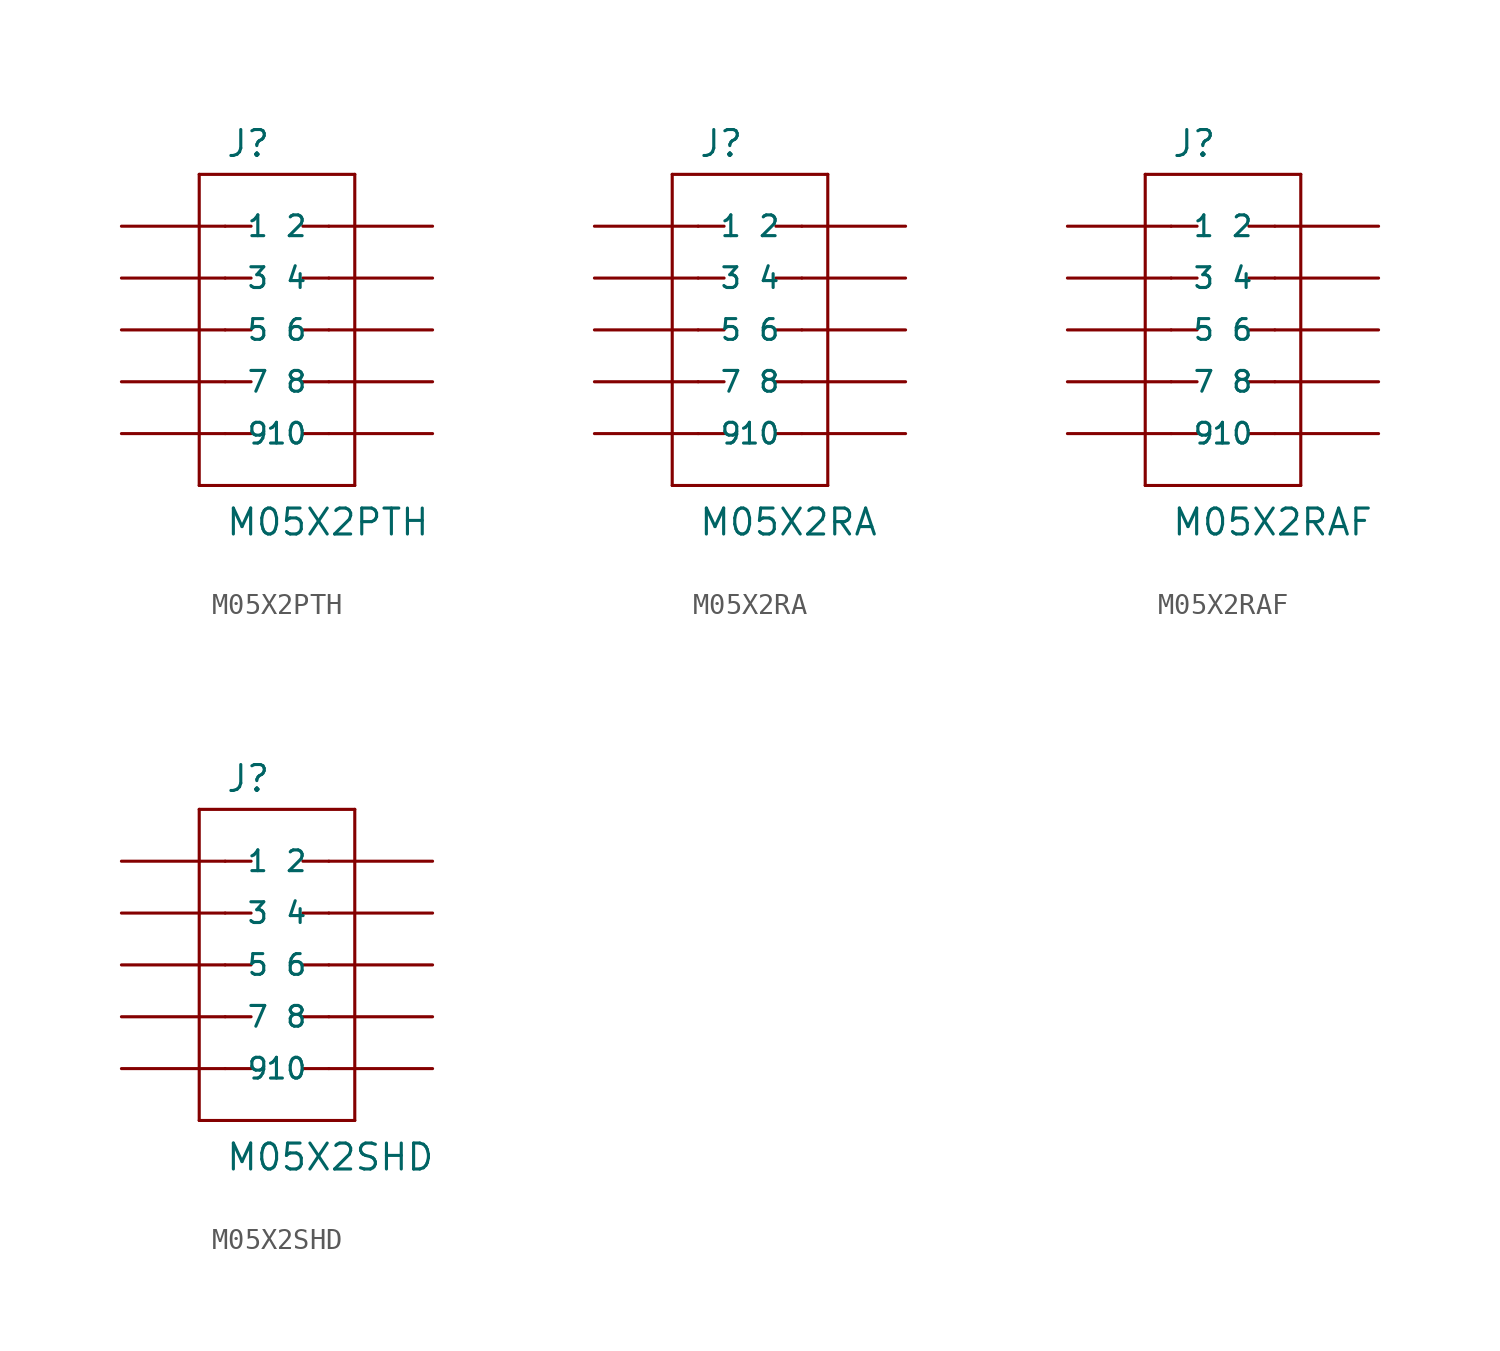
<source format=kicad_sym>
(kicad_symbol_lib
  (version 20211014)
  (generator kicad_symbol_editor)
  (symbol "M05X2PTH"
    (pin_numbers hide)
    (pin_names
      (offset 1.016))
    (property "Reference" "J"
      (at -2.54 8.382 0)
      (effects (font (size 1.27 1.27)) (justify left bottom)))
    (property "Value" "M05X2PTH"
      (at -2.54 -10.16 0)
      (effects (font (size 1.27 1.27)) (justify left bottom)))
    (property "Datasheet" ""
      (at 0 0 0)
      (effects (font (size 1.524 1.524))))
    (property "ki_locked" ""
      (at 0 0 0)
      (effects (font (size 1.27 1.27))))
    (symbol "M05X2PTH_1_0"
      (polyline (pts (xy -3.81 7.62) (xy -3.81 -7.62)) (stroke (width 0) (type default) (color 0 0 0 0)) (fill (type none)))
      (polyline (pts (xy -3.81 7.62) (xy 3.81 7.62)) (stroke (width 0) (type default) (color 0 0 0 0)) (fill (type none)))
      (polyline (pts (xy -1.27 -5.08) (xy -2.54 -5.08)) (stroke (width 0) (type default) (color 0 0 0 0)) (fill (type none)))
      (polyline (pts (xy -1.27 -2.54) (xy -2.54 -2.54)) (stroke (width 0) (type default) (color 0 0 0 0)) (fill (type none)))
      (polyline (pts (xy -1.27 0) (xy -2.54 0)) (stroke (width 0) (type default) (color 0 0 0 0)) (fill (type none)))
      (polyline (pts (xy -1.27 2.54) (xy -2.54 2.54)) (stroke (width 0) (type default) (color 0 0 0 0)) (fill (type none)))
      (polyline (pts (xy -1.27 5.08) (xy -2.54 5.08)) (stroke (width 0) (type default) (color 0 0 0 0)) (fill (type none)))
      (polyline (pts (xy 1.27 -5.08) (xy 2.54 -5.08)) (stroke (width 0) (type default) (color 0 0 0 0)) (fill (type none)))
      (polyline (pts (xy 1.27 -2.54) (xy 2.54 -2.54)) (stroke (width 0) (type default) (color 0 0 0 0)) (fill (type none)))
      (polyline (pts (xy 1.27 0) (xy 2.54 0)) (stroke (width 0) (type default) (color 0 0 0 0)) (fill (type none)))
      (polyline (pts (xy 1.27 2.54) (xy 2.54 2.54)) (stroke (width 0) (type default) (color 0 0 0 0)) (fill (type none)))
      (polyline (pts (xy 1.27 5.08) (xy 2.54 5.08)) (stroke (width 0) (type default) (color 0 0 0 0)) (fill (type none)))
      (polyline (pts (xy 3.81 -7.62) (xy -3.81 -7.62)) (stroke (width 0) (type default) (color 0 0 0 0)) (fill (type none)))
      (polyline (pts (xy 3.81 -7.62) (xy 3.81 7.62)) (stroke (width 0) (type default) (color 0 0 0 0)) (fill (type none))))
    (symbol "M05X2PTH_1_1"
      (pin passive line (at -7.62 5.08 0) (length 5.08) (name "1" (effects (font (size 1.016 1.016)))) (number "1" (effects (font (size 1.016 1.016)))))
      (pin passive line (at 7.62 -5.08 180) (length 5.08) (name "10" (effects (font (size 1.016 1.016)))) (number "10" (effects (font (size 1.016 1.016)))))
      (pin passive line (at 7.62 5.08 180) (length 5.08) (name "2" (effects (font (size 1.016 1.016)))) (number "2" (effects (font (size 1.016 1.016)))))
      (pin passive line (at -7.62 2.54 0) (length 5.08) (name "3" (effects (font (size 1.016 1.016)))) (number "3" (effects (font (size 1.016 1.016)))))
      (pin passive line (at 7.62 2.54 180) (length 5.08) (name "4" (effects (font (size 1.016 1.016)))) (number "4" (effects (font (size 1.016 1.016)))))
      (pin passive line (at -7.62 0 0) (length 5.08) (name "5" (effects (font (size 1.016 1.016)))) (number "5" (effects (font (size 1.016 1.016)))))
      (pin passive line (at 7.62 0 180) (length 5.08) (name "6" (effects (font (size 1.016 1.016)))) (number "6" (effects (font (size 1.016 1.016)))))
      (pin passive line (at -7.62 -2.54 0) (length 5.08) (name "7" (effects (font (size 1.016 1.016)))) (number "7" (effects (font (size 1.016 1.016)))))
      (pin passive line (at 7.62 -2.54 180) (length 5.08) (name "8" (effects (font (size 1.016 1.016)))) (number "8" (effects (font (size 1.016 1.016)))))
      (pin passive line (at -7.62 -5.08 0) (length 5.08) (name "9" (effects (font (size 1.016 1.016)))) (number "9" (effects (font (size 1.016 1.016)))))))
  (symbol "M05X2RA"
    (pin_numbers hide)
    (pin_names
      (offset 1.016))
    (property "Reference" "J"
      (at -2.54 8.382 0)
      (effects (font (size 1.27 1.27)) (justify left bottom)))
    (property "Value" "M05X2RA"
      (at -2.54 -10.16 0)
      (effects (font (size 1.27 1.27)) (justify left bottom)))
    (property "Datasheet" ""
      (at 0 0 0)
      (effects (font (size 1.524 1.524))))
    (property "ki_locked" ""
      (at 0 0 0)
      (effects (font (size 1.27 1.27))))
    (symbol "M05X2RA_1_0"
      (polyline (pts (xy -3.81 7.62) (xy -3.81 -7.62)) (stroke (width 0) (type default) (color 0 0 0 0)) (fill (type none)))
      (polyline (pts (xy -3.81 7.62) (xy 3.81 7.62)) (stroke (width 0) (type default) (color 0 0 0 0)) (fill (type none)))
      (polyline (pts (xy -1.27 -5.08) (xy -2.54 -5.08)) (stroke (width 0) (type default) (color 0 0 0 0)) (fill (type none)))
      (polyline (pts (xy -1.27 -2.54) (xy -2.54 -2.54)) (stroke (width 0) (type default) (color 0 0 0 0)) (fill (type none)))
      (polyline (pts (xy -1.27 0) (xy -2.54 0)) (stroke (width 0) (type default) (color 0 0 0 0)) (fill (type none)))
      (polyline (pts (xy -1.27 2.54) (xy -2.54 2.54)) (stroke (width 0) (type default) (color 0 0 0 0)) (fill (type none)))
      (polyline (pts (xy -1.27 5.08) (xy -2.54 5.08)) (stroke (width 0) (type default) (color 0 0 0 0)) (fill (type none)))
      (polyline (pts (xy 1.27 -5.08) (xy 2.54 -5.08)) (stroke (width 0) (type default) (color 0 0 0 0)) (fill (type none)))
      (polyline (pts (xy 1.27 -2.54) (xy 2.54 -2.54)) (stroke (width 0) (type default) (color 0 0 0 0)) (fill (type none)))
      (polyline (pts (xy 1.27 0) (xy 2.54 0)) (stroke (width 0) (type default) (color 0 0 0 0)) (fill (type none)))
      (polyline (pts (xy 1.27 2.54) (xy 2.54 2.54)) (stroke (width 0) (type default) (color 0 0 0 0)) (fill (type none)))
      (polyline (pts (xy 1.27 5.08) (xy 2.54 5.08)) (stroke (width 0) (type default) (color 0 0 0 0)) (fill (type none)))
      (polyline (pts (xy 3.81 -7.62) (xy -3.81 -7.62)) (stroke (width 0) (type default) (color 0 0 0 0)) (fill (type none)))
      (polyline (pts (xy 3.81 -7.62) (xy 3.81 7.62)) (stroke (width 0) (type default) (color 0 0 0 0)) (fill (type none))))
    (symbol "M05X2RA_1_1"
      (pin passive line (at -7.62 5.08 0) (length 5.08) (name "1" (effects (font (size 1.016 1.016)))) (number "1" (effects (font (size 1.016 1.016)))))
      (pin passive line (at 7.62 -5.08 180) (length 5.08) (name "10" (effects (font (size 1.016 1.016)))) (number "10" (effects (font (size 1.016 1.016)))))
      (pin passive line (at 7.62 5.08 180) (length 5.08) (name "2" (effects (font (size 1.016 1.016)))) (number "2" (effects (font (size 1.016 1.016)))))
      (pin passive line (at -7.62 2.54 0) (length 5.08) (name "3" (effects (font (size 1.016 1.016)))) (number "3" (effects (font (size 1.016 1.016)))))
      (pin passive line (at 7.62 2.54 180) (length 5.08) (name "4" (effects (font (size 1.016 1.016)))) (number "4" (effects (font (size 1.016 1.016)))))
      (pin passive line (at -7.62 0 0) (length 5.08) (name "5" (effects (font (size 1.016 1.016)))) (number "5" (effects (font (size 1.016 1.016)))))
      (pin passive line (at 7.62 0 180) (length 5.08) (name "6" (effects (font (size 1.016 1.016)))) (number "6" (effects (font (size 1.016 1.016)))))
      (pin passive line (at -7.62 -2.54 0) (length 5.08) (name "7" (effects (font (size 1.016 1.016)))) (number "7" (effects (font (size 1.016 1.016)))))
      (pin passive line (at 7.62 -2.54 180) (length 5.08) (name "8" (effects (font (size 1.016 1.016)))) (number "8" (effects (font (size 1.016 1.016)))))
      (pin passive line (at -7.62 -5.08 0) (length 5.08) (name "9" (effects (font (size 1.016 1.016)))) (number "9" (effects (font (size 1.016 1.016)))))))
  (symbol "M05X2RAF"
    (pin_numbers hide)
    (pin_names
      (offset 1.016))
    (property "Reference" "J"
      (at -2.54 8.382 0)
      (effects (font (size 1.27 1.27)) (justify left bottom)))
    (property "Value" "M05X2RAF"
      (at -2.54 -10.16 0)
      (effects (font (size 1.27 1.27)) (justify left bottom)))
    (property "Datasheet" ""
      (at 0 0 0)
      (effects (font (size 1.524 1.524))))
    (property "ki_locked" ""
      (at 0 0 0)
      (effects (font (size 1.27 1.27))))
    (symbol "M05X2RAF_1_0"
      (polyline (pts (xy -3.81 7.62) (xy -3.81 -7.62)) (stroke (width 0) (type default) (color 0 0 0 0)) (fill (type none)))
      (polyline (pts (xy -3.81 7.62) (xy 3.81 7.62)) (stroke (width 0) (type default) (color 0 0 0 0)) (fill (type none)))
      (polyline (pts (xy -1.27 -5.08) (xy -2.54 -5.08)) (stroke (width 0) (type default) (color 0 0 0 0)) (fill (type none)))
      (polyline (pts (xy -1.27 -2.54) (xy -2.54 -2.54)) (stroke (width 0) (type default) (color 0 0 0 0)) (fill (type none)))
      (polyline (pts (xy -1.27 0) (xy -2.54 0)) (stroke (width 0) (type default) (color 0 0 0 0)) (fill (type none)))
      (polyline (pts (xy -1.27 2.54) (xy -2.54 2.54)) (stroke (width 0) (type default) (color 0 0 0 0)) (fill (type none)))
      (polyline (pts (xy -1.27 5.08) (xy -2.54 5.08)) (stroke (width 0) (type default) (color 0 0 0 0)) (fill (type none)))
      (polyline (pts (xy 1.27 -5.08) (xy 2.54 -5.08)) (stroke (width 0) (type default) (color 0 0 0 0)) (fill (type none)))
      (polyline (pts (xy 1.27 -2.54) (xy 2.54 -2.54)) (stroke (width 0) (type default) (color 0 0 0 0)) (fill (type none)))
      (polyline (pts (xy 1.27 0) (xy 2.54 0)) (stroke (width 0) (type default) (color 0 0 0 0)) (fill (type none)))
      (polyline (pts (xy 1.27 2.54) (xy 2.54 2.54)) (stroke (width 0) (type default) (color 0 0 0 0)) (fill (type none)))
      (polyline (pts (xy 1.27 5.08) (xy 2.54 5.08)) (stroke (width 0) (type default) (color 0 0 0 0)) (fill (type none)))
      (polyline (pts (xy 3.81 -7.62) (xy -3.81 -7.62)) (stroke (width 0) (type default) (color 0 0 0 0)) (fill (type none)))
      (polyline (pts (xy 3.81 -7.62) (xy 3.81 7.62)) (stroke (width 0) (type default) (color 0 0 0 0)) (fill (type none))))
    (symbol "M05X2RAF_1_1"
      (pin passive line (at -7.62 5.08 0) (length 5.08) (name "1" (effects (font (size 1.016 1.016)))) (number "1" (effects (font (size 1.016 1.016)))))
      (pin passive line (at 7.62 -5.08 180) (length 5.08) (name "10" (effects (font (size 1.016 1.016)))) (number "10" (effects (font (size 1.016 1.016)))))
      (pin passive line (at 7.62 5.08 180) (length 5.08) (name "2" (effects (font (size 1.016 1.016)))) (number "2" (effects (font (size 1.016 1.016)))))
      (pin passive line (at -7.62 2.54 0) (length 5.08) (name "3" (effects (font (size 1.016 1.016)))) (number "3" (effects (font (size 1.016 1.016)))))
      (pin passive line (at 7.62 2.54 180) (length 5.08) (name "4" (effects (font (size 1.016 1.016)))) (number "4" (effects (font (size 1.016 1.016)))))
      (pin passive line (at -7.62 0 0) (length 5.08) (name "5" (effects (font (size 1.016 1.016)))) (number "5" (effects (font (size 1.016 1.016)))))
      (pin passive line (at 7.62 0 180) (length 5.08) (name "6" (effects (font (size 1.016 1.016)))) (number "6" (effects (font (size 1.016 1.016)))))
      (pin passive line (at -7.62 -2.54 0) (length 5.08) (name "7" (effects (font (size 1.016 1.016)))) (number "7" (effects (font (size 1.016 1.016)))))
      (pin passive line (at 7.62 -2.54 180) (length 5.08) (name "8" (effects (font (size 1.016 1.016)))) (number "8" (effects (font (size 1.016 1.016)))))
      (pin passive line (at -7.62 -5.08 0) (length 5.08) (name "9" (effects (font (size 1.016 1.016)))) (number "9" (effects (font (size 1.016 1.016)))))))
  (symbol "M05X2SHD"
    (pin_numbers hide)
    (pin_names
      (offset 1.016))
    (property "Reference" "J"
      (at -2.54 8.382 0)
      (effects (font (size 1.27 1.27)) (justify left bottom)))
    (property "Value" "M05X2SHD"
      (at -2.54 -10.16 0)
      (effects (font (size 1.27 1.27)) (justify left bottom)))
    (property "Datasheet" ""
      (at 0 0 0)
      (effects (font (size 1.524 1.524))))
    (property "ki_locked" ""
      (at 0 0 0)
      (effects (font (size 1.27 1.27))))
    (symbol "M05X2SHD_1_0"
      (polyline (pts (xy -3.81 7.62) (xy -3.81 -7.62)) (stroke (width 0) (type default) (color 0 0 0 0)) (fill (type none)))
      (polyline (pts (xy -3.81 7.62) (xy 3.81 7.62)) (stroke (width 0) (type default) (color 0 0 0 0)) (fill (type none)))
      (polyline (pts (xy -1.27 -5.08) (xy -2.54 -5.08)) (stroke (width 0) (type default) (color 0 0 0 0)) (fill (type none)))
      (polyline (pts (xy -1.27 -2.54) (xy -2.54 -2.54)) (stroke (width 0) (type default) (color 0 0 0 0)) (fill (type none)))
      (polyline (pts (xy -1.27 0) (xy -2.54 0)) (stroke (width 0) (type default) (color 0 0 0 0)) (fill (type none)))
      (polyline (pts (xy -1.27 2.54) (xy -2.54 2.54)) (stroke (width 0) (type default) (color 0 0 0 0)) (fill (type none)))
      (polyline (pts (xy -1.27 5.08) (xy -2.54 5.08)) (stroke (width 0) (type default) (color 0 0 0 0)) (fill (type none)))
      (polyline (pts (xy 1.27 -5.08) (xy 2.54 -5.08)) (stroke (width 0) (type default) (color 0 0 0 0)) (fill (type none)))
      (polyline (pts (xy 1.27 -2.54) (xy 2.54 -2.54)) (stroke (width 0) (type default) (color 0 0 0 0)) (fill (type none)))
      (polyline (pts (xy 1.27 0) (xy 2.54 0)) (stroke (width 0) (type default) (color 0 0 0 0)) (fill (type none)))
      (polyline (pts (xy 1.27 2.54) (xy 2.54 2.54)) (stroke (width 0) (type default) (color 0 0 0 0)) (fill (type none)))
      (polyline (pts (xy 1.27 5.08) (xy 2.54 5.08)) (stroke (width 0) (type default) (color 0 0 0 0)) (fill (type none)))
      (polyline (pts (xy 3.81 -7.62) (xy -3.81 -7.62)) (stroke (width 0) (type default) (color 0 0 0 0)) (fill (type none)))
      (polyline (pts (xy 3.81 -7.62) (xy 3.81 7.62)) (stroke (width 0) (type default) (color 0 0 0 0)) (fill (type none))))
    (symbol "M05X2SHD_1_1"
      (pin passive line (at -7.62 5.08 0) (length 5.08) (name "1" (effects (font (size 1.016 1.016)))) (number "1" (effects (font (size 1.016 1.016)))))
      (pin passive line (at 7.62 -5.08 180) (length 5.08) (name "10" (effects (font (size 1.016 1.016)))) (number "10" (effects (font (size 1.016 1.016)))))
      (pin passive line (at 7.62 5.08 180) (length 5.08) (name "2" (effects (font (size 1.016 1.016)))) (number "2" (effects (font (size 1.016 1.016)))))
      (pin passive line (at -7.62 2.54 0) (length 5.08) (name "3" (effects (font (size 1.016 1.016)))) (number "3" (effects (font (size 1.016 1.016)))))
      (pin passive line (at 7.62 2.54 180) (length 5.08) (name "4" (effects (font (size 1.016 1.016)))) (number "4" (effects (font (size 1.016 1.016)))))
      (pin passive line (at -7.62 0 0) (length 5.08) (name "5" (effects (font (size 1.016 1.016)))) (number "5" (effects (font (size 1.016 1.016)))))
      (pin passive line (at 7.62 0 180) (length 5.08) (name "6" (effects (font (size 1.016 1.016)))) (number "6" (effects (font (size 1.016 1.016)))))
      (pin passive line (at -7.62 -2.54 0) (length 5.08) (name "7" (effects (font (size 1.016 1.016)))) (number "7" (effects (font (size 1.016 1.016)))))
      (pin passive line (at 7.62 -2.54 180) (length 5.08) (name "8" (effects (font (size 1.016 1.016)))) (number "8" (effects (font (size 1.016 1.016)))))
      (pin passive line (at -7.62 -5.08 0) (length 5.08) (name "9" (effects (font (size 1.016 1.016)))) (number "9" (effects (font (size 1.016 1.016))))))))
</source>
